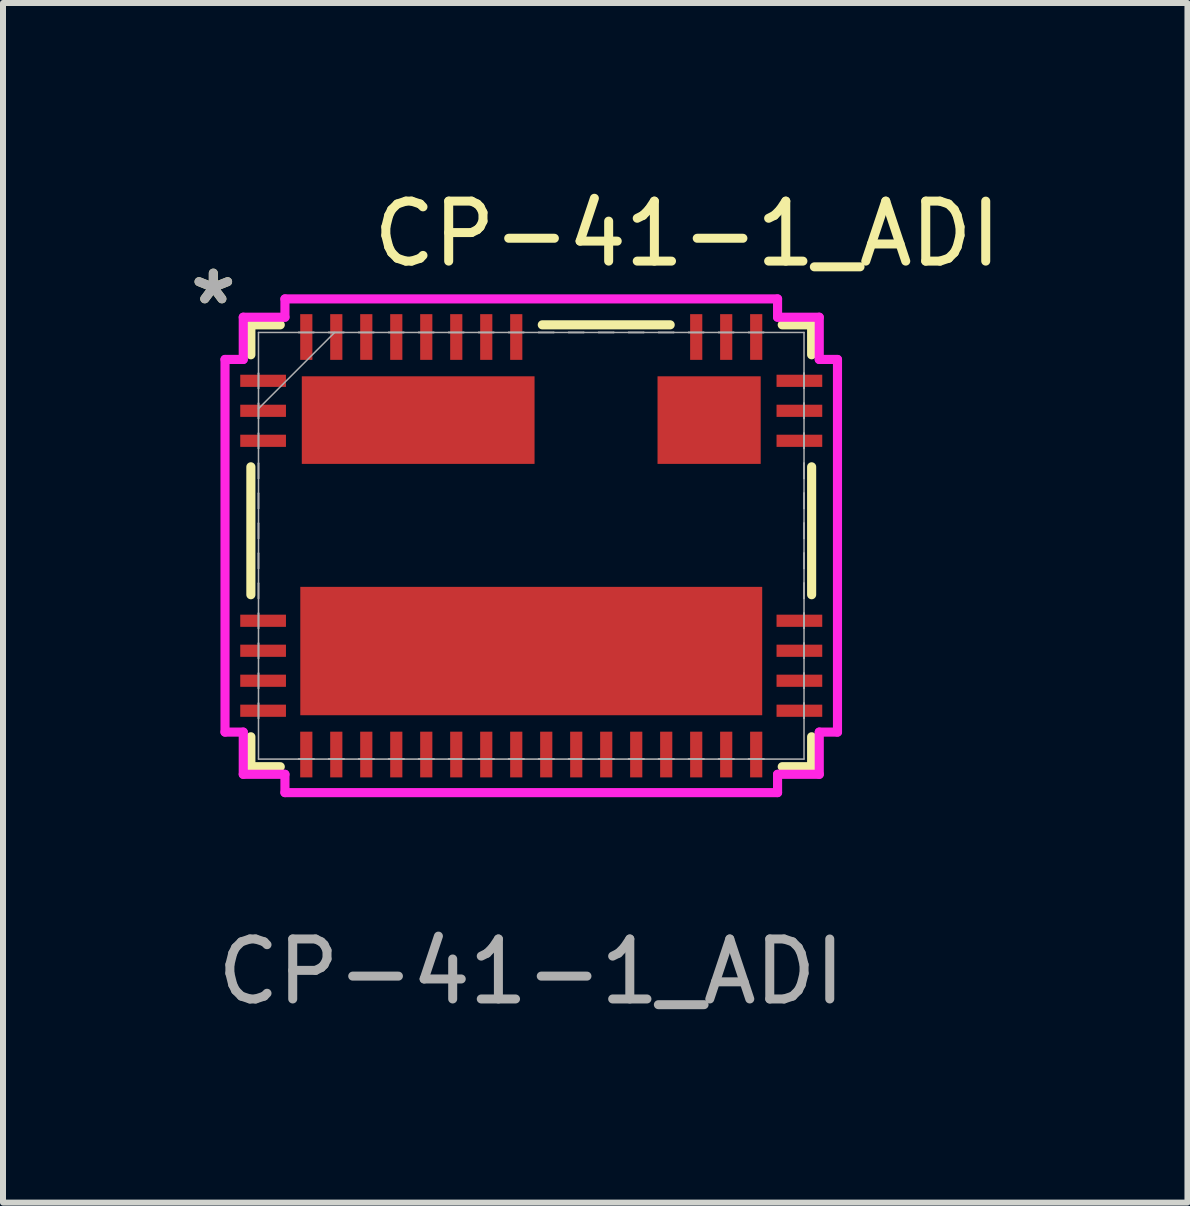
<source format=kicad_pcb>
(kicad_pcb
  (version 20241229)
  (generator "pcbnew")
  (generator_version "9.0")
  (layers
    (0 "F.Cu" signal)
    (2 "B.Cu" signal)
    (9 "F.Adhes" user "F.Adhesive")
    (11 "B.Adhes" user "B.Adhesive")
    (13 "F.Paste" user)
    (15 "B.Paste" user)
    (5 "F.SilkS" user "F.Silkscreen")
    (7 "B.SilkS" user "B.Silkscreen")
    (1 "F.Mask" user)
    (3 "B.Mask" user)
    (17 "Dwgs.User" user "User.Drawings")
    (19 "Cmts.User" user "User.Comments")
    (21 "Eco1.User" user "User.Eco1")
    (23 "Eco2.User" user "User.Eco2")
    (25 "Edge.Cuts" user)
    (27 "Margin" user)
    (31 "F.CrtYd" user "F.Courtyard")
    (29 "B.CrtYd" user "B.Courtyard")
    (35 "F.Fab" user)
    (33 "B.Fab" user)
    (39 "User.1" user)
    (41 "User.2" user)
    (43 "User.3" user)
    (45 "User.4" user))
  (footprint "CP-41-1_ADI"
    (layer "F.Cu")
    (at 5.806 6.048)
    (property "Reference" "CP-41-1_ADI" (at 2.6 -5.2 0) (unlocked yes) (layer "F.SilkS") (effects (font (size 1 1) (thickness 0.15))))
    (attr smd)
    (fp_line (start -4.674 -3.683) (end -4.674 -3.184) (stroke (width 0.152) (type solid)) (layer "F.SilkS"))
    (fp_line (start -4.674 -1.316) (end -4.674 0.816) (stroke (width 0.152) (type solid)) (layer "F.SilkS"))
    (fp_line (start -4.674 3.184) (end -4.674 3.683) (stroke (width 0.152) (type solid)) (layer "F.SilkS"))
    (fp_line (start -4.674 3.683) (end -4.184 3.683) (stroke (width 0.152) (type solid)) (layer "F.SilkS"))
    (fp_line (start -4.184 -3.683) (end -4.674 -3.683) (stroke (width 0.152) (type solid)) (layer "F.SilkS"))
    (fp_line (start 2.316 -3.683) (end 0.184 -3.683) (stroke (width 0.152) (type solid)) (layer "F.SilkS"))
    (fp_line (start 4.184 3.683) (end 4.674 3.683) (stroke (width 0.152) (type solid)) (layer "F.SilkS"))
    (fp_line (start 4.674 -3.683) (end 4.184 -3.683) (stroke (width 0.152) (type solid)) (layer "F.SilkS"))
    (fp_line (start 4.674 -3.184) (end 4.674 -3.683) (stroke (width 0.152) (type solid)) (layer "F.SilkS"))
    (fp_line (start 4.674 0.816) (end 4.674 -1.316) (stroke (width 0.152) (type solid)) (layer "F.SilkS"))
    (fp_line (start 4.674 3.683) (end 4.674 3.184) (stroke (width 0.152) (type solid)) (layer "F.SilkS"))
    (fp_line (start -5.105 -3.106) (end -4.801 -3.106) (stroke (width 0.152) (type solid)) (layer "F.CrtYd"))
    (fp_line (start -5.105 3.106) (end -5.105 -3.106) (stroke (width 0.152) (type solid)) (layer "F.CrtYd"))
    (fp_line (start -4.801 -3.81) (end -4.106 -3.81) (stroke (width 0.152) (type solid)) (layer "F.CrtYd"))
    (fp_line (start -4.801 -3.106) (end -4.801 -3.81) (stroke (width 0.152) (type solid)) (layer "F.CrtYd"))
    (fp_line (start -4.801 3.106) (end -5.105 3.106) (stroke (width 0.152) (type solid)) (layer "F.CrtYd"))
    (fp_line (start -4.801 3.81) (end -4.801 3.106) (stroke (width 0.152) (type solid)) (layer "F.CrtYd"))
    (fp_line (start -4.106 -4.115) (end 4.106 -4.115) (stroke (width 0.152) (type solid)) (layer "F.CrtYd"))
    (fp_line (start -4.106 -3.81) (end -4.106 -4.115) (stroke (width 0.152) (type solid)) (layer "F.CrtYd"))
    (fp_line (start -4.106 3.81) (end -4.801 3.81) (stroke (width 0.152) (type solid)) (layer "F.CrtYd"))
    (fp_line (start -4.106 4.115) (end -4.106 3.81) (stroke (width 0.152) (type solid)) (layer "F.CrtYd"))
    (fp_line (start 4.106 -4.115) (end 4.106 -3.81) (stroke (width 0.152) (type solid)) (layer "F.CrtYd"))
    (fp_line (start 4.106 -3.81) (end 4.801 -3.81) (stroke (width 0.152) (type solid)) (layer "F.CrtYd"))
    (fp_line (start 4.106 3.81) (end 4.106 4.115) (stroke (width 0.152) (type solid)) (layer "F.CrtYd"))
    (fp_line (start 4.106 4.115) (end -4.106 4.115) (stroke (width 0.152) (type solid)) (layer "F.CrtYd"))
    (fp_line (start 4.801 -3.81) (end 4.801 -3.106) (stroke (width 0.152) (type solid)) (layer "F.CrtYd"))
    (fp_line (start 4.801 -3.106) (end 5.105 -3.106) (stroke (width 0.152) (type solid)) (layer "F.CrtYd"))
    (fp_line (start 4.801 3.106) (end 4.801 3.81) (stroke (width 0.152) (type solid)) (layer "F.CrtYd"))
    (fp_line (start 4.801 3.81) (end 4.106 3.81) (stroke (width 0.152) (type solid)) (layer "F.CrtYd"))
    (fp_line (start 5.105 -3.106) (end 5.105 3.106) (stroke (width 0.152) (type solid)) (layer "F.CrtYd"))
    (fp_line (start 5.105 3.106) (end 4.801 3.106) (stroke (width 0.152) (type solid)) (layer "F.CrtYd"))
    (fp_line (start -4.547 -3.556) (end -4.547 3.556) (stroke (width 0.025) (type solid)) (layer "F.Fab"))
    (fp_line (start -4.547 -2.877) (end -4.547 -2.877) (stroke (width 0.025) (type solid)) (layer "F.Fab"))
    (fp_line (start -4.547 -2.877) (end -4.547 -2.623) (stroke (width 0.025) (type solid)) (layer "F.Fab"))
    (fp_line (start -4.547 -2.623) (end -4.547 -2.877) (stroke (width 0.025) (type solid)) (layer "F.Fab"))
    (fp_line (start -4.547 -2.623) (end -4.547 -2.623) (stroke (width 0.025) (type solid)) (layer "F.Fab"))
    (fp_line (start -4.547 -2.377) (end -4.547 -2.377) (stroke (width 0.025) (type solid)) (layer "F.Fab"))
    (fp_line (start -4.547 -2.377) (end -4.547 -2.123) (stroke (width 0.025) (type solid)) (layer "F.Fab"))
    (fp_line (start -4.547 -2.286) (end -3.277 -3.556) (stroke (width 0.025) (type solid)) (layer "F.Fab"))
    (fp_line (start -4.547 -2.123) (end -4.547 -2.377) (stroke (width 0.025) (type solid)) (layer "F.Fab"))
    (fp_line (start -4.547 -2.123) (end -4.547 -2.123) (stroke (width 0.025) (type solid)) (layer "F.Fab"))
    (fp_line (start -4.547 -1.877) (end -4.547 -1.877) (stroke (width 0.025) (type solid)) (layer "F.Fab"))
    (fp_line (start -4.547 -1.877) (end -4.547 -1.623) (stroke (width 0.025) (type solid)) (layer "F.Fab"))
    (fp_line (start -4.547 -1.623) (end -4.547 -1.877) (stroke (width 0.025) (type solid)) (layer "F.Fab"))
    (fp_line (start -4.547 -1.623) (end -4.547 -1.623) (stroke (width 0.025) (type solid)) (layer "F.Fab"))
    (fp_line (start -4.547 -1.377) (end -4.547 -1.377) (stroke (width 0.025) (type solid)) (layer "F.Fab"))
    (fp_line (start -4.547 -1.377) (end -4.547 -1.123) (stroke (width 0.025) (type solid)) (layer "F.Fab"))
    (fp_line (start -4.547 -1.123) (end -4.547 -1.377) (stroke (width 0.025) (type solid)) (layer "F.Fab"))
    (fp_line (start -4.547 -1.123) (end -4.547 -1.123) (stroke (width 0.025) (type solid)) (layer "F.Fab"))
    (fp_line (start -4.547 -0.877) (end -4.547 -0.877) (stroke (width 0.025) (type solid)) (layer "F.Fab"))
    (fp_line (start -4.547 -0.877) (end -4.547 -0.623) (stroke (width 0.025) (type solid)) (layer "F.Fab"))
    (fp_line (start -4.547 -0.623) (end -4.547 -0.877) (stroke (width 0.025) (type solid)) (layer "F.Fab"))
    (fp_line (start -4.547 -0.623) (end -4.547 -0.623) (stroke (width 0.025) (type solid)) (layer "F.Fab"))
    (fp_line (start -4.547 -0.377) (end -4.547 -0.377) (stroke (width 0.025) (type solid)) (layer "F.Fab"))
    (fp_line (start -4.547 -0.377) (end -4.547 -0.123) (stroke (width 0.025) (type solid)) (layer "F.Fab"))
    (fp_line (start -4.547 -0.123) (end -4.547 -0.377) (stroke (width 0.025) (type solid)) (layer "F.Fab"))
    (fp_line (start -4.547 -0.123) (end -4.547 -0.123) (stroke (width 0.025) (type solid)) (layer "F.Fab"))
    (fp_line (start -4.547 0.123) (end -4.547 0.123) (stroke (width 0.025) (type solid)) (layer "F.Fab"))
    (fp_line (start -4.547 0.123) (end -4.547 0.377) (stroke (width 0.025) (type solid)) (layer "F.Fab"))
    (fp_line (start -4.547 0.377) (end -4.547 0.123) (stroke (width 0.025) (type solid)) (layer "F.Fab"))
    (fp_line (start -4.547 0.377) (end -4.547 0.377) (stroke (width 0.025) (type solid)) (layer "F.Fab"))
    (fp_line (start -4.547 0.623) (end -4.547 0.623) (stroke (width 0.025) (type solid)) (layer "F.Fab"))
    (fp_line (start -4.547 0.623) (end -4.547 0.877) (stroke (width 0.025) (type solid)) (layer "F.Fab"))
    (fp_line (start -4.547 0.877) (end -4.547 0.623) (stroke (width 0.025) (type solid)) (layer "F.Fab"))
    (fp_line (start -4.547 0.877) (end -4.547 0.877) (stroke (width 0.025) (type solid)) (layer "F.Fab"))
    (fp_line (start -4.547 1.123) (end -4.547 1.123) (stroke (width 0.025) (type solid)) (layer "F.Fab"))
    (fp_line (start -4.547 1.123) (end -4.547 1.377) (stroke (width 0.025) (type solid)) (layer "F.Fab"))
    (fp_line (start -4.547 1.377) (end -4.547 1.123) (stroke (width 0.025) (type solid)) (layer "F.Fab"))
    (fp_line (start -4.547 1.377) (end -4.547 1.377) (stroke (width 0.025) (type solid)) (layer "F.Fab"))
    (fp_line (start -4.547 1.623) (end -4.547 1.623) (stroke (width 0.025) (type solid)) (layer "F.Fab"))
    (fp_line (start -4.547 1.623) (end -4.547 1.877) (stroke (width 0.025) (type solid)) (layer "F.Fab"))
    (fp_line (start -4.547 1.877) (end -4.547 1.623) (stroke (width 0.025) (type solid)) (layer "F.Fab"))
    (fp_line (start -4.547 1.877) (end -4.547 1.877) (stroke (width 0.025) (type solid)) (layer "F.Fab"))
    (fp_line (start -4.547 2.123) (end -4.547 2.123) (stroke (width 0.025) (type solid)) (layer "F.Fab"))
    (fp_line (start -4.547 2.123) (end -4.547 2.377) (stroke (width 0.025) (type solid)) (layer "F.Fab"))
    (fp_line (start -4.547 2.377) (end -4.547 2.123) (stroke (width 0.025) (type solid)) (layer "F.Fab"))
    (fp_line (start -4.547 2.377) (end -4.547 2.377) (stroke (width 0.025) (type solid)) (layer "F.Fab"))
    (fp_line (start -4.547 2.623) (end -4.547 2.623) (stroke (width 0.025) (type solid)) (layer "F.Fab"))
    (fp_line (start -4.547 2.623) (end -4.547 2.877) (stroke (width 0.025) (type solid)) (layer "F.Fab"))
    (fp_line (start -4.547 2.877) (end -4.547 2.623) (stroke (width 0.025) (type solid)) (layer "F.Fab"))
    (fp_line (start -4.547 2.877) (end -4.547 2.877) (stroke (width 0.025) (type solid)) (layer "F.Fab"))
    (fp_line (start -4.547 3.556) (end 4.547 3.556) (stroke (width 0.025) (type solid)) (layer "F.Fab"))
    (fp_line (start -3.877 -3.556) (end -3.877 -3.556) (stroke (width 0.025) (type solid)) (layer "F.Fab"))
    (fp_line (start -3.877 -3.556) (end -3.623 -3.556) (stroke (width 0.025) (type solid)) (layer "F.Fab"))
    (fp_line (start -3.877 3.556) (end -3.877 3.556) (stroke (width 0.025) (type solid)) (layer "F.Fab"))
    (fp_line (start -3.877 3.556) (end -3.623 3.556) (stroke (width 0.025) (type solid)) (layer "F.Fab"))
    (fp_line (start -3.623 -3.556) (end -3.877 -3.556) (stroke (width 0.025) (type solid)) (layer "F.Fab"))
    (fp_line (start -3.623 -3.556) (end -3.623 -3.556) (stroke (width 0.025) (type solid)) (layer "F.Fab"))
    (fp_line (start -3.623 3.556) (end -3.877 3.556) (stroke (width 0.025) (type solid)) (layer "F.Fab"))
    (fp_line (start -3.623 3.556) (end -3.623 3.556) (stroke (width 0.025) (type solid)) (layer "F.Fab"))
    (fp_line (start -3.377 -3.556) (end -3.377 -3.556) (stroke (width 0.025) (type solid)) (layer "F.Fab"))
    (fp_line (start -3.377 -3.556) (end -3.123 -3.556) (stroke (width 0.025) (type solid)) (layer "F.Fab"))
    (fp_line (start -3.377 3.556) (end -3.377 3.556) (stroke (width 0.025) (type solid)) (layer "F.Fab"))
    (fp_line (start -3.377 3.556) (end -3.123 3.556) (stroke (width 0.025) (type solid)) (layer "F.Fab"))
    (fp_line (start -3.123 -3.556) (end -3.377 -3.556) (stroke (width 0.025) (type solid)) (layer "F.Fab"))
    (fp_line (start -3.123 -3.556) (end -3.123 -3.556) (stroke (width 0.025) (type solid)) (layer "F.Fab"))
    (fp_line (start -3.123 3.556) (end -3.377 3.556) (stroke (width 0.025) (type solid)) (layer "F.Fab"))
    (fp_line (start -3.123 3.556) (end -3.123 3.556) (stroke (width 0.025) (type solid)) (layer "F.Fab"))
    (fp_line (start -2.877 -3.556) (end -2.877 -3.556) (stroke (width 0.025) (type solid)) (layer "F.Fab"))
    (fp_line (start -2.877 -3.556) (end -2.623 -3.556) (stroke (width 0.025) (type solid)) (layer "F.Fab"))
    (fp_line (start -2.877 3.556) (end -2.877 3.556) (stroke (width 0.025) (type solid)) (layer "F.Fab"))
    (fp_line (start -2.877 3.556) (end -2.623 3.556) (stroke (width 0.025) (type solid)) (layer "F.Fab"))
    (fp_line (start -2.623 -3.556) (end -2.877 -3.556) (stroke (width 0.025) (type solid)) (layer "F.Fab"))
    (fp_line (start -2.623 -3.556) (end -2.623 -3.556) (stroke (width 0.025) (type solid)) (layer "F.Fab"))
    (fp_line (start -2.623 3.556) (end -2.877 3.556) (stroke (width 0.025) (type solid)) (layer "F.Fab"))
    (fp_line (start -2.623 3.556) (end -2.623 3.556) (stroke (width 0.025) (type solid)) (layer "F.Fab"))
    (fp_line (start -2.377 -3.556) (end -2.377 -3.556) (stroke (width 0.025) (type solid)) (layer "F.Fab"))
    (fp_line (start -2.377 -3.556) (end -2.123 -3.556) (stroke (width 0.025) (type solid)) (layer "F.Fab"))
    (fp_line (start -2.377 3.556) (end -2.377 3.556) (stroke (width 0.025) (type solid)) (layer "F.Fab"))
    (fp_line (start -2.377 3.556) (end -2.123 3.556) (stroke (width 0.025) (type solid)) (layer "F.Fab"))
    (fp_line (start -2.123 -3.556) (end -2.377 -3.556) (stroke (width 0.025) (type solid)) (layer "F.Fab"))
    (fp_line (start -2.123 -3.556) (end -2.123 -3.556) (stroke (width 0.025) (type solid)) (layer "F.Fab"))
    (fp_line (start -2.123 3.556) (end -2.377 3.556) (stroke (width 0.025) (type solid)) (layer "F.Fab"))
    (fp_line (start -2.123 3.556) (end -2.123 3.556) (stroke (width 0.025) (type solid)) (layer "F.Fab"))
    (fp_line (start -1.877 -3.556) (end -1.877 -3.556) (stroke (width 0.025) (type solid)) (layer "F.Fab"))
    (fp_line (start -1.877 -3.556) (end -1.623 -3.556) (stroke (width 0.025) (type solid)) (layer "F.Fab"))
    (fp_line (start -1.877 3.556) (end -1.877 3.556) (stroke (width 0.025) (type solid)) (layer "F.Fab"))
    (fp_line (start -1.877 3.556) (end -1.623 3.556) (stroke (width 0.025) (type solid)) (layer "F.Fab"))
    (fp_line (start -1.623 -3.556) (end -1.877 -3.556) (stroke (width 0.025) (type solid)) (layer "F.Fab"))
    (fp_line (start -1.623 -3.556) (end -1.623 -3.556) (stroke (width 0.025) (type solid)) (layer "F.Fab"))
    (fp_line (start -1.623 3.556) (end -1.877 3.556) (stroke (width 0.025) (type solid)) (layer "F.Fab"))
    (fp_line (start -1.623 3.556) (end -1.623 3.556) (stroke (width 0.025) (type solid)) (layer "F.Fab"))
    (fp_line (start -1.377 -3.556) (end -1.377 -3.556) (stroke (width 0.025) (type solid)) (layer "F.Fab"))
    (fp_line (start -1.377 -3.556) (end -1.123 -3.556) (stroke (width 0.025) (type solid)) (layer "F.Fab"))
    (fp_line (start -1.377 3.556) (end -1.377 3.556) (stroke (width 0.025) (type solid)) (layer "F.Fab"))
    (fp_line (start -1.377 3.556) (end -1.123 3.556) (stroke (width 0.025) (type solid)) (layer "F.Fab"))
    (fp_line (start -1.123 -3.556) (end -1.377 -3.556) (stroke (width 0.025) (type solid)) (layer "F.Fab"))
    (fp_line (start -1.123 -3.556) (end -1.123 -3.556) (stroke (width 0.025) (type solid)) (layer "F.Fab"))
    (fp_line (start -1.123 3.556) (end -1.377 3.556) (stroke (width 0.025) (type solid)) (layer "F.Fab"))
    (fp_line (start -1.123 3.556) (end -1.123 3.556) (stroke (width 0.025) (type solid)) (layer "F.Fab"))
    (fp_line (start -0.877 -3.556) (end -0.877 -3.556) (stroke (width 0.025) (type solid)) (layer "F.Fab"))
    (fp_line (start -0.877 -3.556) (end -0.623 -3.556) (stroke (width 0.025) (type solid)) (layer "F.Fab"))
    (fp_line (start -0.877 3.556) (end -0.877 3.556) (stroke (width 0.025) (type solid)) (layer "F.Fab"))
    (fp_line (start -0.877 3.556) (end -0.623 3.556) (stroke (width 0.025) (type solid)) (layer "F.Fab"))
    (fp_line (start -0.623 -3.556) (end -0.877 -3.556) (stroke (width 0.025) (type solid)) (layer "F.Fab"))
    (fp_line (start -0.623 -3.556) (end -0.623 -3.556) (stroke (width 0.025) (type solid)) (layer "F.Fab"))
    (fp_line (start -0.623 3.556) (end -0.877 3.556) (stroke (width 0.025) (type solid)) (layer "F.Fab"))
    (fp_line (start -0.623 3.556) (end -0.623 3.556) (stroke (width 0.025) (type solid)) (layer "F.Fab"))
    (fp_line (start -0.377 -3.556) (end -0.377 -3.556) (stroke (width 0.025) (type solid)) (layer "F.Fab"))
    (fp_line (start -0.377 -3.556) (end -0.123 -3.556) (stroke (width 0.025) (type solid)) (layer "F.Fab"))
    (fp_line (start -0.377 3.556) (end -0.377 3.556) (stroke (width 0.025) (type solid)) (layer "F.Fab"))
    (fp_line (start -0.377 3.556) (end -0.123 3.556) (stroke (width 0.025) (type solid)) (layer "F.Fab"))
    (fp_line (start -0.123 -3.556) (end -0.377 -3.556) (stroke (width 0.025) (type solid)) (layer "F.Fab"))
    (fp_line (start -0.123 -3.556) (end -0.123 -3.556) (stroke (width 0.025) (type solid)) (layer "F.Fab"))
    (fp_line (start -0.123 3.556) (end -0.377 3.556) (stroke (width 0.025) (type solid)) (layer "F.Fab"))
    (fp_line (start -0.123 3.556) (end -0.123 3.556) (stroke (width 0.025) (type solid)) (layer "F.Fab"))
    (fp_line (start 0.123 -3.556) (end 0.123 -3.556) (stroke (width 0.025) (type solid)) (layer "F.Fab"))
    (fp_line (start 0.123 -3.556) (end 0.377 -3.556) (stroke (width 0.025) (type solid)) (layer "F.Fab"))
    (fp_line (start 0.123 3.556) (end 0.123 3.556) (stroke (width 0.025) (type solid)) (layer "F.Fab"))
    (fp_line (start 0.123 3.556) (end 0.377 3.556) (stroke (width 0.025) (type solid)) (layer "F.Fab"))
    (fp_line (start 0.377 -3.556) (end 0.123 -3.556) (stroke (width 0.025) (type solid)) (layer "F.Fab"))
    (fp_line (start 0.377 -3.556) (end 0.377 -3.556) (stroke (width 0.025) (type solid)) (layer "F.Fab"))
    (fp_line (start 0.377 3.556) (end 0.123 3.556) (stroke (width 0.025) (type solid)) (layer "F.Fab"))
    (fp_line (start 0.377 3.556) (end 0.377 3.556) (stroke (width 0.025) (type solid)) (layer "F.Fab"))
    (fp_line (start 0.623 -3.556) (end 0.623 -3.556) (stroke (width 0.025) (type solid)) (layer "F.Fab"))
    (fp_line (start 0.623 -3.556) (end 0.877 -3.556) (stroke (width 0.025) (type solid)) (layer "F.Fab"))
    (fp_line (start 0.623 3.556) (end 0.623 3.556) (stroke (width 0.025) (type solid)) (layer "F.Fab"))
    (fp_line (start 0.623 3.556) (end 0.877 3.556) (stroke (width 0.025) (type solid)) (layer "F.Fab"))
    (fp_line (start 0.877 -3.556) (end 0.623 -3.556) (stroke (width 0.025) (type solid)) (layer "F.Fab"))
    (fp_line (start 0.877 -3.556) (end 0.877 -3.556) (stroke (width 0.025) (type solid)) (layer "F.Fab"))
    (fp_line (start 0.877 3.556) (end 0.623 3.556) (stroke (width 0.025) (type solid)) (layer "F.Fab"))
    (fp_line (start 0.877 3.556) (end 0.877 3.556) (stroke (width 0.025) (type solid)) (layer "F.Fab"))
    (fp_line (start 1.123 -3.556) (end 1.123 -3.556) (stroke (width 0.025) (type solid)) (layer "F.Fab"))
    (fp_line (start 1.123 -3.556) (end 1.377 -3.556) (stroke (width 0.025) (type solid)) (layer "F.Fab"))
    (fp_line (start 1.123 3.556) (end 1.123 3.556) (stroke (width 0.025) (type solid)) (layer "F.Fab"))
    (fp_line (start 1.123 3.556) (end 1.377 3.556) (stroke (width 0.025) (type solid)) (layer "F.Fab"))
    (fp_line (start 1.377 -3.556) (end 1.123 -3.556) (stroke (width 0.025) (type solid)) (layer "F.Fab"))
    (fp_line (start 1.377 -3.556) (end 1.377 -3.556) (stroke (width 0.025) (type solid)) (layer "F.Fab"))
    (fp_line (start 1.377 3.556) (end 1.123 3.556) (stroke (width 0.025) (type solid)) (layer "F.Fab"))
    (fp_line (start 1.377 3.556) (end 1.377 3.556) (stroke (width 0.025) (type solid)) (layer "F.Fab"))
    (fp_line (start 1.623 -3.556) (end 1.623 -3.556) (stroke (width 0.025) (type solid)) (layer "F.Fab"))
    (fp_line (start 1.623 -3.556) (end 1.877 -3.556) (stroke (width 0.025) (type solid)) (layer "F.Fab"))
    (fp_line (start 1.623 3.556) (end 1.623 3.556) (stroke (width 0.025) (type solid)) (layer "F.Fab"))
    (fp_line (start 1.623 3.556) (end 1.877 3.556) (stroke (width 0.025) (type solid)) (layer "F.Fab"))
    (fp_line (start 1.877 -3.556) (end 1.623 -3.556) (stroke (width 0.025) (type solid)) (layer "F.Fab"))
    (fp_line (start 1.877 -3.556) (end 1.877 -3.556) (stroke (width 0.025) (type solid)) (layer "F.Fab"))
    (fp_line (start 1.877 3.556) (end 1.623 3.556) (stroke (width 0.025) (type solid)) (layer "F.Fab"))
    (fp_line (start 1.877 3.556) (end 1.877 3.556) (stroke (width 0.025) (type solid)) (layer "F.Fab"))
    (fp_line (start 2.123 -3.556) (end 2.123 -3.556) (stroke (width 0.025) (type solid)) (layer "F.Fab"))
    (fp_line (start 2.123 -3.556) (end 2.377 -3.556) (stroke (width 0.025) (type solid)) (layer "F.Fab"))
    (fp_line (start 2.123 3.556) (end 2.123 3.556) (stroke (width 0.025) (type solid)) (layer "F.Fab"))
    (fp_line (start 2.123 3.556) (end 2.377 3.556) (stroke (width 0.025) (type solid)) (layer "F.Fab"))
    (fp_line (start 2.377 -3.556) (end 2.123 -3.556) (stroke (width 0.025) (type solid)) (layer "F.Fab"))
    (fp_line (start 2.377 -3.556) (end 2.377 -3.556) (stroke (width 0.025) (type solid)) (layer "F.Fab"))
    (fp_line (start 2.377 3.556) (end 2.123 3.556) (stroke (width 0.025) (type solid)) (layer "F.Fab"))
    (fp_line (start 2.377 3.556) (end 2.377 3.556) (stroke (width 0.025) (type solid)) (layer "F.Fab"))
    (fp_line (start 2.623 -3.556) (end 2.623 -3.556) (stroke (width 0.025) (type solid)) (layer "F.Fab"))
    (fp_line (start 2.623 -3.556) (end 2.877 -3.556) (stroke (width 0.025) (type solid)) (layer "F.Fab"))
    (fp_line (start 2.623 3.556) (end 2.623 3.556) (stroke (width 0.025) (type solid)) (layer "F.Fab"))
    (fp_line (start 2.623 3.556) (end 2.877 3.556) (stroke (width 0.025) (type solid)) (layer "F.Fab"))
    (fp_line (start 2.877 -3.556) (end 2.623 -3.556) (stroke (width 0.025) (type solid)) (layer "F.Fab"))
    (fp_line (start 2.877 -3.556) (end 2.877 -3.556) (stroke (width 0.025) (type solid)) (layer "F.Fab"))
    (fp_line (start 2.877 3.556) (end 2.623 3.556) (stroke (width 0.025) (type solid)) (layer "F.Fab"))
    (fp_line (start 2.877 3.556) (end 2.877 3.556) (stroke (width 0.025) (type solid)) (layer "F.Fab"))
    (fp_line (start 3.123 -3.556) (end 3.123 -3.556) (stroke (width 0.025) (type solid)) (layer "F.Fab"))
    (fp_line (start 3.123 -3.556) (end 3.377 -3.556) (stroke (width 0.025) (type solid)) (layer "F.Fab"))
    (fp_line (start 3.123 3.556) (end 3.123 3.556) (stroke (width 0.025) (type solid)) (layer "F.Fab"))
    (fp_line (start 3.123 3.556) (end 3.377 3.556) (stroke (width 0.025) (type solid)) (layer "F.Fab"))
    (fp_line (start 3.377 -3.556) (end 3.123 -3.556) (stroke (width 0.025) (type solid)) (layer "F.Fab"))
    (fp_line (start 3.377 -3.556) (end 3.377 -3.556) (stroke (width 0.025) (type solid)) (layer "F.Fab"))
    (fp_line (start 3.377 3.556) (end 3.123 3.556) (stroke (width 0.025) (type solid)) (layer "F.Fab"))
    (fp_line (start 3.377 3.556) (end 3.377 3.556) (stroke (width 0.025) (type solid)) (layer "F.Fab"))
    (fp_line (start 3.623 -3.556) (end 3.623 -3.556) (stroke (width 0.025) (type solid)) (layer "F.Fab"))
    (fp_line (start 3.623 -3.556) (end 3.877 -3.556) (stroke (width 0.025) (type solid)) (layer "F.Fab"))
    (fp_line (start 3.623 3.556) (end 3.623 3.556) (stroke (width 0.025) (type solid)) (layer "F.Fab"))
    (fp_line (start 3.623 3.556) (end 3.877 3.556) (stroke (width 0.025) (type solid)) (layer "F.Fab"))
    (fp_line (start 3.877 -3.556) (end 3.623 -3.556) (stroke (width 0.025) (type solid)) (layer "F.Fab"))
    (fp_line (start 3.877 -3.556) (end 3.877 -3.556) (stroke (width 0.025) (type solid)) (layer "F.Fab"))
    (fp_line (start 3.877 3.556) (end 3.623 3.556) (stroke (width 0.025) (type solid)) (layer "F.Fab"))
    (fp_line (start 3.877 3.556) (end 3.877 3.556) (stroke (width 0.025) (type solid)) (layer "F.Fab"))
    (fp_line (start 4.547 -3.556) (end -4.547 -3.556) (stroke (width 0.025) (type solid)) (layer "F.Fab"))
    (fp_line (start 4.547 -2.877) (end 4.547 -2.877) (stroke (width 0.025) (type solid)) (layer "F.Fab"))
    (fp_line (start 4.547 -2.877) (end 4.547 -2.623) (stroke (width 0.025) (type solid)) (layer "F.Fab"))
    (fp_line (start 4.547 -2.623) (end 4.547 -2.877) (stroke (width 0.025) (type solid)) (layer "F.Fab"))
    (fp_line (start 4.547 -2.623) (end 4.547 -2.623) (stroke (width 0.025) (type solid)) (layer "F.Fab"))
    (fp_line (start 4.547 -2.377) (end 4.547 -2.377) (stroke (width 0.025) (type solid)) (layer "F.Fab"))
    (fp_line (start 4.547 -2.377) (end 4.547 -2.123) (stroke (width 0.025) (type solid)) (layer "F.Fab"))
    (fp_line (start 4.547 -2.123) (end 4.547 -2.377) (stroke (width 0.025) (type solid)) (layer "F.Fab"))
    (fp_line (start 4.547 -2.123) (end 4.547 -2.123) (stroke (width 0.025) (type solid)) (layer "F.Fab"))
    (fp_line (start 4.547 -1.877) (end 4.547 -1.877) (stroke (width 0.025) (type solid)) (layer "F.Fab"))
    (fp_line (start 4.547 -1.877) (end 4.547 -1.623) (stroke (width 0.025) (type solid)) (layer "F.Fab"))
    (fp_line (start 4.547 -1.623) (end 4.547 -1.877) (stroke (width 0.025) (type solid)) (layer "F.Fab"))
    (fp_line (start 4.547 -1.623) (end 4.547 -1.623) (stroke (width 0.025) (type solid)) (layer "F.Fab"))
    (fp_line (start 4.547 -1.377) (end 4.547 -1.377) (stroke (width 0.025) (type solid)) (layer "F.Fab"))
    (fp_line (start 4.547 -1.377) (end 4.547 -1.123) (stroke (width 0.025) (type solid)) (layer "F.Fab"))
    (fp_line (start 4.547 -1.123) (end 4.547 -1.377) (stroke (width 0.025) (type solid)) (layer "F.Fab"))
    (fp_line (start 4.547 -1.123) (end 4.547 -1.123) (stroke (width 0.025) (type solid)) (layer "F.Fab"))
    (fp_line (start 4.547 -0.877) (end 4.547 -0.877) (stroke (width 0.025) (type solid)) (layer "F.Fab"))
    (fp_line (start 4.547 -0.877) (end 4.547 -0.623) (stroke (width 0.025) (type solid)) (layer "F.Fab"))
    (fp_line (start 4.547 -0.623) (end 4.547 -0.877) (stroke (width 0.025) (type solid)) (layer "F.Fab"))
    (fp_line (start 4.547 -0.623) (end 4.547 -0.623) (stroke (width 0.025) (type solid)) (layer "F.Fab"))
    (fp_line (start 4.547 -0.377) (end 4.547 -0.377) (stroke (width 0.025) (type solid)) (layer "F.Fab"))
    (fp_line (start 4.547 -0.377) (end 4.547 -0.123) (stroke (width 0.025) (type solid)) (layer "F.Fab"))
    (fp_line (start 4.547 -0.123) (end 4.547 -0.377) (stroke (width 0.025) (type solid)) (layer "F.Fab"))
    (fp_line (start 4.547 -0.123) (end 4.547 -0.123) (stroke (width 0.025) (type solid)) (layer "F.Fab"))
    (fp_line (start 4.547 0.123) (end 4.547 0.123) (stroke (width 0.025) (type solid)) (layer "F.Fab"))
    (fp_line (start 4.547 0.123) (end 4.547 0.377) (stroke (width 0.025) (type solid)) (layer "F.Fab"))
    (fp_line (start 4.547 0.377) (end 4.547 0.123) (stroke (width 0.025) (type solid)) (layer "F.Fab"))
    (fp_line (start 4.547 0.377) (end 4.547 0.377) (stroke (width 0.025) (type solid)) (layer "F.Fab"))
    (fp_line (start 4.547 0.623) (end 4.547 0.623) (stroke (width 0.025) (type solid)) (layer "F.Fab"))
    (fp_line (start 4.547 0.623) (end 4.547 0.877) (stroke (width 0.025) (type solid)) (layer "F.Fab"))
    (fp_line (start 4.547 0.877) (end 4.547 0.623) (stroke (width 0.025) (type solid)) (layer "F.Fab"))
    (fp_line (start 4.547 0.877) (end 4.547 0.877) (stroke (width 0.025) (type solid)) (layer "F.Fab"))
    (fp_line (start 4.547 1.123) (end 4.547 1.123) (stroke (width 0.025) (type solid)) (layer "F.Fab"))
    (fp_line (start 4.547 1.123) (end 4.547 1.377) (stroke (width 0.025) (type solid)) (layer "F.Fab"))
    (fp_line (start 4.547 1.377) (end 4.547 1.123) (stroke (width 0.025) (type solid)) (layer "F.Fab"))
    (fp_line (start 4.547 1.377) (end 4.547 1.377) (stroke (width 0.025) (type solid)) (layer "F.Fab"))
    (fp_line (start 4.547 1.623) (end 4.547 1.623) (stroke (width 0.025) (type solid)) (layer "F.Fab"))
    (fp_line (start 4.547 1.623) (end 4.547 1.877) (stroke (width 0.025) (type solid)) (layer "F.Fab"))
    (fp_line (start 4.547 1.877) (end 4.547 1.623) (stroke (width 0.025) (type solid)) (layer "F.Fab"))
    (fp_line (start 4.547 1.877) (end 4.547 1.877) (stroke (width 0.025) (type solid)) (layer "F.Fab"))
    (fp_line (start 4.547 2.123) (end 4.547 2.123) (stroke (width 0.025) (type solid)) (layer "F.Fab"))
    (fp_line (start 4.547 2.123) (end 4.547 2.377) (stroke (width 0.025) (type solid)) (layer "F.Fab"))
    (fp_line (start 4.547 2.377) (end 4.547 2.123) (stroke (width 0.025) (type solid)) (layer "F.Fab"))
    (fp_line (start 4.547 2.377) (end 4.547 2.377) (stroke (width 0.025) (type solid)) (layer "F.Fab"))
    (fp_line (start 4.547 2.623) (end 4.547 2.623) (stroke (width 0.025) (type solid)) (layer "F.Fab"))
    (fp_line (start 4.547 2.623) (end 4.547 2.877) (stroke (width 0.025) (type solid)) (layer "F.Fab"))
    (fp_line (start 4.547 2.877) (end 4.547 2.623) (stroke (width 0.025) (type solid)) (layer "F.Fab"))
    (fp_line (start 4.547 2.877) (end 4.547 2.877) (stroke (width 0.025) (type solid)) (layer "F.Fab"))
    (fp_line (start 4.547 3.556) (end 4.547 -3.556) (stroke (width 0.025) (type solid)) (layer "F.Fab"))
    (fp_text user "*" (at -5.3 -4 0) (unlocked yes) (layer "F.SilkS") (effects (font (size 1 1) (thickness 0.15))))
    (fp_text user "*" (at -5.3 -4 0) (layer "F.Fab") (effects (font (size 1 1) (thickness 0.15))))
    (fp_text user "${REFERENCE}" (at 0 7.1 0) (unlocked yes) (layer "F.Fab") (effects (font (size 1 1) (thickness 0.15))))
    (pad "1" smd rect (at -4.47 -2.75 90) (size 0.203 0.762) (layers "F.Cu" "F.Mask" "F.Paste"))
    (pad "2" smd rect (at -4.47 -2.25 90) (size 0.203 0.762) (layers "F.Cu" "F.Mask" "F.Paste"))
    (pad "3" smd rect (at -4.47 -1.75 90) (size 0.203 0.762) (layers "F.Cu" "F.Mask" "F.Paste"))
    (pad "4" smd rect (at -4.47 1.25 90) (size 0.203 0.762) (layers "F.Cu" "F.Mask" "F.Paste"))
    (pad "5" smd rect (at -4.47 1.75 90) (size 0.203 0.762) (layers "F.Cu" "F.Mask" "F.Paste"))
    (pad "6" smd rect (at -4.47 2.25 90) (size 0.203 0.762) (layers "F.Cu" "F.Mask" "F.Paste"))
    (pad "7" smd rect (at -4.47 2.75 90) (size 0.203 0.762) (layers "F.Cu" "F.Mask" "F.Paste"))
    (pad "8" smd rect (at -3.75 3.48) (size 0.203 0.762) (layers "F.Cu" "F.Mask" "F.Paste"))
    (pad "9" smd rect (at -3.25 3.48) (size 0.203 0.762) (layers "F.Cu" "F.Mask" "F.Paste"))
    (pad "10" smd rect (at -2.75 3.48) (size 0.203 0.762) (layers "F.Cu" "F.Mask" "F.Paste"))
    (pad "11" smd rect (at -2.25 3.48) (size 0.203 0.762) (layers "F.Cu" "F.Mask" "F.Paste"))
    (pad "12" smd rect (at -1.75 3.48) (size 0.203 0.762) (layers "F.Cu" "F.Mask" "F.Paste"))
    (pad "13" smd rect (at -1.25 3.48) (size 0.203 0.762) (layers "F.Cu" "F.Mask" "F.Paste"))
    (pad "14" smd rect (at -0.75 3.48) (size 0.203 0.762) (layers "F.Cu" "F.Mask" "F.Paste"))
    (pad "15" smd rect (at -0.25 3.48) (size 0.203 0.762) (layers "F.Cu" "F.Mask" "F.Paste"))
    (pad "16" smd rect (at 0.25 3.48) (size 0.203 0.762) (layers "F.Cu" "F.Mask" "F.Paste"))
    (pad "17" smd rect (at 0.75 3.48) (size 0.203 0.762) (layers "F.Cu" "F.Mask" "F.Paste"))
    (pad "18" smd rect (at 1.25 3.48) (size 0.203 0.762) (layers "F.Cu" "F.Mask" "F.Paste"))
    (pad "19" smd rect (at 1.75 3.48) (size 0.203 0.762) (layers "F.Cu" "F.Mask" "F.Paste"))
    (pad "20" smd rect (at 2.25 3.48) (size 0.203 0.762) (layers "F.Cu" "F.Mask" "F.Paste"))
    (pad "21" smd rect (at 2.75 3.48) (size 0.203 0.762) (layers "F.Cu" "F.Mask" "F.Paste"))
    (pad "22" smd rect (at 3.25 3.48) (size 0.203 0.762) (layers "F.Cu" "F.Mask" "F.Paste"))
    (pad "23" smd rect (at 3.75 3.48) (size 0.203 0.762) (layers "F.Cu" "F.Mask" "F.Paste"))
    (pad "24" smd rect (at 4.47 2.75 90) (size 0.203 0.762) (layers "F.Cu" "F.Mask" "F.Paste"))
    (pad "25" smd rect (at 4.47 2.25 90) (size 0.203 0.762) (layers "F.Cu" "F.Mask" "F.Paste"))
    (pad "26" smd rect (at 4.47 1.75 90) (size 0.203 0.762) (layers "F.Cu" "F.Mask" "F.Paste"))
    (pad "27" smd rect (at 4.47 1.25 90) (size 0.203 0.762) (layers "F.Cu" "F.Mask" "F.Paste"))
    (pad "28" smd rect (at 4.47 -1.75 90) (size 0.203 0.762) (layers "F.Cu" "F.Mask" "F.Paste"))
    (pad "29" smd rect (at 4.47 -2.25 90) (size 0.203 0.762) (layers "F.Cu" "F.Mask" "F.Paste"))
    (pad "30" smd rect (at 4.47 -2.75 90) (size 0.203 0.762) (layers "F.Cu" "F.Mask" "F.Paste"))
    (pad "31" smd rect (at 3.75 -3.48) (size 0.203 0.762) (layers "F.Cu" "F.Mask" "F.Paste"))
    (pad "32" smd rect (at 3.25 -3.48) (size 0.203 0.762) (layers "F.Cu" "F.Mask" "F.Paste"))
    (pad "33" smd rect (at 2.75 -3.48) (size 0.203 0.762) (layers "F.Cu" "F.Mask" "F.Paste"))
    (pad "34" smd rect (at -0.25 -3.48) (size 0.203 0.762) (layers "F.Cu" "F.Mask" "F.Paste"))
    (pad "35" smd rect (at -0.75 -3.48) (size 0.203 0.762) (layers "F.Cu" "F.Mask" "F.Paste"))
    (pad "36" smd rect (at -1.25 -3.48) (size 0.203 0.762) (layers "F.Cu" "F.Mask" "F.Paste"))
    (pad "37" smd rect (at -1.75 -3.48) (size 0.203 0.762) (layers "F.Cu" "F.Mask" "F.Paste"))
    (pad "38" smd rect (at -2.25 -3.48) (size 0.203 0.762) (layers "F.Cu" "F.Mask" "F.Paste"))
    (pad "39" smd rect (at -2.75 -3.48) (size 0.203 0.762) (layers "F.Cu" "F.Mask" "F.Paste"))
    (pad "40" smd rect (at -3.25 -3.48) (size 0.203 0.762) (layers "F.Cu" "F.Mask" "F.Paste"))
    (pad "41" smd rect (at -3.75 -3.48) (size 0.203 0.762) (layers "F.Cu" "F.Mask" "F.Paste"))
    (pad "42" smd rect (at -1.885 -2.095) (size 3.88 1.46) (layers "F.Cu" "F.Mask" "F.Paste"))
    (pad "43" smd rect (at 2.965 -2.095) (size 1.72 1.46) (layers "F.Cu" "F.Mask" "F.Paste"))
    (pad "44" smd rect (at 0 1.755) (size 7.7 2.14) (layers "F.Cu" "F.Mask" "F.Paste")))
  (gr_rect
    (start -3 -3)
    (end 16.745 16.997)
    (stroke (width 0.1) (type default))
    (fill no)
    (layer "Edge.Cuts")))
</source>
